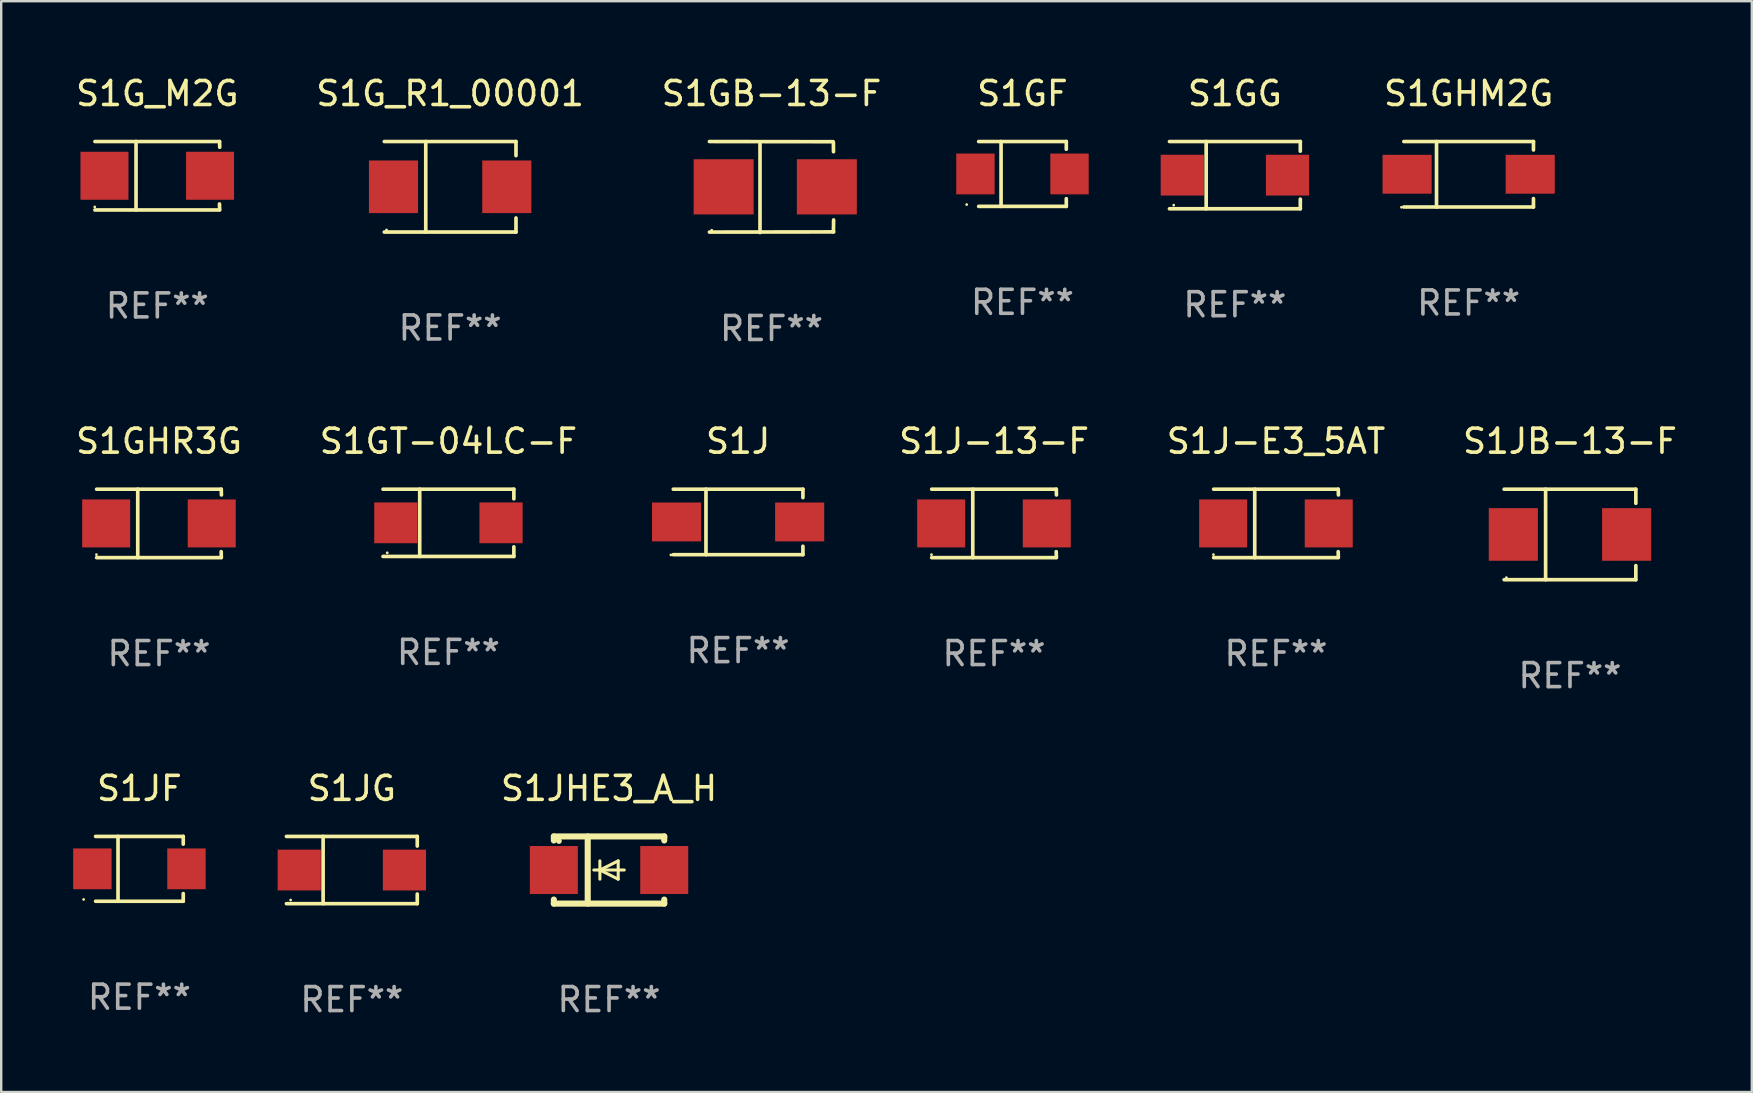
<source format=kicad_pcb>
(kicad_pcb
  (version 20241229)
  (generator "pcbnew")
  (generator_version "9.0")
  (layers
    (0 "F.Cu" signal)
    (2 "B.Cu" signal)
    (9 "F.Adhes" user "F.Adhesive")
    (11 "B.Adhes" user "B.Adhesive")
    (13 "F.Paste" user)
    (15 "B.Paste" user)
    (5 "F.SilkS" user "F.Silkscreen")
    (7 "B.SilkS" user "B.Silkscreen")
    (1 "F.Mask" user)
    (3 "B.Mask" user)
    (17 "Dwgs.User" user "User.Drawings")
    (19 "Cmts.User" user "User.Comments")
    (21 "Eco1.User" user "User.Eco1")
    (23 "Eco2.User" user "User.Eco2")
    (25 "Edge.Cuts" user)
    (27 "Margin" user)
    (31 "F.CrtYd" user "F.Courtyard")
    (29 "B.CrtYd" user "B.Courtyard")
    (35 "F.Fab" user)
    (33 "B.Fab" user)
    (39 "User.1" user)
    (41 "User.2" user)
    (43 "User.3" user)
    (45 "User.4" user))
  (footprint "S1J-E3_5AT"
    (layer "F.Cu")
    (at 50.124 18.762)
    (property "Reference" "S1J-E3_5AT" (at 0 -3.426 0) (layer "F.SilkS") (effects (font (size 1 1) (thickness 0.15))))
    (attr through_hole)
    (fp_line (start -2.6 -1.426) (end 2.593 -1.426) (stroke (width 0.152) (type solid)) (layer "F.SilkS"))
    (fp_line (start -2.6 1.426) (end 2.593 1.426) (stroke (width 0.152) (type solid)) (layer "F.SilkS"))
    (fp_line (start -0.887 -1.426) (end -0.887 1.426) (stroke (width 0.152) (type solid)) (layer "F.SilkS"))
    (fp_line (start 2.59 1.176) (end 2.597 1.415) (stroke (width 0.152) (type solid)) (layer "F.SilkS"))
    (fp_line (start 2.593 -1.426) (end 2.6 -1.187) (stroke (width 0.152) (type solid)) (layer "F.SilkS"))
    (fp_circle (center -2.608 1.3) (end -2.578 1.3) (stroke (width 0.06) (type solid)) (fill no) (layer "F.SilkS"))
    (fp_text user "REF**" (at 0 5.426 0) (layer "F.Fab") (effects (font (size 1 1) (thickness 0.15))))
    (pad "1" smd rect (at -2.203 0 180) (size 2 2) (layers "F.Cu" "F.Mask" "F.Paste"))
    (pad "2" smd rect (at 2.197 0 180) (size 2 2) (layers "F.Cu" "F.Mask" "F.Paste")))
  (footprint "S1GT-04LC-F"
    (layer "F.Cu")
    (at 15.637 18.737)
    (property "Reference" "S1GT-04LC-F" (at 0 -3.401 0) (layer "F.SilkS") (effects (font (size 1 1) (thickness 0.15))))
    (attr through_hole)
    (fp_line (start -2.726 -1.401) (end 2.726 -1.401) (stroke (width 0.152) (type solid)) (layer "F.SilkS"))
    (fp_line (start -2.726 1.401) (end 2.726 1.401) (stroke (width 0.152) (type solid)) (layer "F.SilkS"))
    (fp_line (start -1.197 -1.401) (end -1.197 1.401) (stroke (width 0.152) (type solid)) (layer "F.SilkS"))
    (fp_line (start 2.726 -1.401) (end 2.726 -1) (stroke (width 0.152) (type solid)) (layer "F.SilkS"))
    (fp_line (start 2.726 1.401) (end 2.726 1) (stroke (width 0.152) (type solid)) (layer "F.SilkS"))
    (fp_circle (center -2.55 1.25) (end -2.52 1.25) (stroke (width 0.06) (type solid)) (fill no) (layer "F.SilkS"))
    (fp_text user "REF**" (at 0 5.401 0) (layer "F.Fab") (effects (font (size 1 1) (thickness 0.15))))
    (pad "1" smd rect (at -2.192 0) (size 1.8 1.7) (layers "F.Cu" "F.Mask" "F.Paste"))
    (pad "2" smd rect (at 2.192 0) (size 1.8 1.7) (layers "F.Cu" "F.Mask" "F.Paste")))
  (footprint "S1J-13-F"
    (layer "F.Cu")
    (at 38.374 18.762)
    (property "Reference" "S1J-13-F" (at 0 -3.426 0) (layer "F.SilkS") (effects (font (size 1 1) (thickness 0.15))))
    (attr through_hole)
    (fp_line (start -2.6 -1.426) (end 2.593 -1.426) (stroke (width 0.152) (type solid)) (layer "F.SilkS"))
    (fp_line (start -2.6 1.426) (end 2.593 1.426) (stroke (width 0.152) (type solid)) (layer "F.SilkS"))
    (fp_line (start -0.887 -1.426) (end -0.887 1.426) (stroke (width 0.152) (type solid)) (layer "F.SilkS"))
    (fp_line (start 2.59 1.176) (end 2.597 1.415) (stroke (width 0.152) (type solid)) (layer "F.SilkS"))
    (fp_line (start 2.593 -1.426) (end 2.6 -1.187) (stroke (width 0.152) (type solid)) (layer "F.SilkS"))
    (fp_circle (center -2.608 1.3) (end -2.578 1.3) (stroke (width 0.06) (type solid)) (fill no) (layer "F.SilkS"))
    (fp_text user "REF**" (at 0 5.426 0) (layer "F.Fab") (effects (font (size 1 1) (thickness 0.15))))
    (pad "1" smd rect (at -2.203 0 180) (size 2 2) (layers "F.Cu" "F.Mask" "F.Paste"))
    (pad "2" smd rect (at 2.197 0 180) (size 2 2) (layers "F.Cu" "F.Mask" "F.Paste")))
  (footprint "S1JG"
    (layer "F.Cu")
    (at 11.612 33.206)
    (property "Reference" "S1JG" (at 0 -3.401 0) (layer "F.SilkS") (effects (font (size 1 1) (thickness 0.15))))
    (attr through_hole)
    (fp_line (start -2.726 -1.401) (end 2.726 -1.401) (stroke (width 0.152) (type solid)) (layer "F.SilkS"))
    (fp_line (start -2.726 1.401) (end 2.726 1.401) (stroke (width 0.152) (type solid)) (layer "F.SilkS"))
    (fp_line (start -1.197 -1.401) (end -1.197 1.401) (stroke (width 0.152) (type solid)) (layer "F.SilkS"))
    (fp_line (start 2.726 -1.401) (end 2.726 -1) (stroke (width 0.152) (type solid)) (layer "F.SilkS"))
    (fp_line (start 2.726 1.401) (end 2.726 1) (stroke (width 0.152) (type solid)) (layer "F.SilkS"))
    (fp_circle (center -2.55 1.25) (end -2.52 1.25) (stroke (width 0.06) (type solid)) (fill no) (layer "F.SilkS"))
    (fp_text user "REF**" (at 0 5.401 0) (layer "F.Fab") (effects (font (size 1 1) (thickness 0.15))))
    (pad "1" smd rect (at -2.192 0) (size 1.8 1.7) (layers "F.Cu" "F.Mask" "F.Paste"))
    (pad "2" smd rect (at 2.192 0) (size 1.8 1.7) (layers "F.Cu" "F.Mask" "F.Paste")))
  (footprint "S1GF"
    (layer "F.Cu")
    (at 39.558 4.199)
    (property "Reference" "S1GF" (at 0 -3.351 0) (layer "F.SilkS") (effects (font (size 1 1) (thickness 0.15))))
    (attr through_hole)
    (fp_line (start -1.826 -1.351) (end 1.826 -1.351) (stroke (width 0.152) (type solid)) (layer "F.SilkS"))
    (fp_line (start -1.826 1.351) (end 1.826 1.351) (stroke (width 0.152) (type solid)) (layer "F.SilkS"))
    (fp_line (start -0.892 -1.351) (end -0.892 1.351) (stroke (width 0.152) (type solid)) (layer "F.SilkS"))
    (fp_line (start 1.826 -1.351) (end 1.826 -1.03) (stroke (width 0.152) (type solid)) (layer "F.SilkS"))
    (fp_line (start 1.826 1.03) (end 1.826 1.351) (stroke (width 0.152) (type solid)) (layer "F.SilkS"))
    (fp_circle (center -2.325 1.275) (end -2.295 1.275) (stroke (width 0.06) (type solid)) (fill no) (layer "F.SilkS"))
    (fp_text user "REF**" (at 0 5.351 0) (layer "F.Fab") (effects (font (size 1 1) (thickness 0.15))))
    (pad "1" smd rect (at -1.96 0 180) (size 1.6 1.7) (layers "F.Cu" "F.Mask" "F.Paste"))
    (pad "2" smd rect (at 1.96 0 180) (size 1.6 1.7) (layers "F.Cu" "F.Mask" "F.Paste")))
  (footprint "S1GB-13-F"
    (layer "F.Cu")
    (at 29.101 4.744)
    (property "Reference" "S1GB-13-F" (at 0 -3.896 0) (layer "F.SilkS") (effects (font (size 1 1) (thickness 0.15))))
    (attr through_hole)
    (fp_line (start -2.588 -1.896) (end 2.568 -1.889) (stroke (width 0.152) (type solid)) (layer "F.SilkS"))
    (fp_line (start -2.588 1.877) (end 2.588 1.87) (stroke (width 0.152) (type solid)) (layer "F.SilkS"))
    (fp_line (start -0.48 1.896) (end -0.48 -1.871) (stroke (width 0.152) (type solid)) (layer "F.SilkS"))
    (fp_line (start 2.579 -1.849) (end 2.582 -1.472) (stroke (width 0.152) (type solid)) (layer "F.SilkS"))
    (fp_line (start 2.579 1.867) (end 2.587 1.372) (stroke (width 0.152) (type solid)) (layer "F.SilkS"))
    (fp_circle (center -2.492 1.801) (end -2.462 1.801) (stroke (width 0.06) (type solid)) (fill no) (layer "F.SilkS"))
    (fp_text user "REF**" (at 0 5.896 0) (layer "F.Fab") (effects (font (size 1 1) (thickness 0.15))))
    (pad "1" smd rect (at -1.995 -0.009) (size 2.5 2.3) (layers "F.Cu" "F.Mask" "F.Paste"))
    (pad "2" smd rect (at 2.305 -0.009) (size 2.5 2.3) (layers "F.Cu" "F.Mask" "F.Paste")))
  (footprint "S1JF"
    (layer "F.Cu")
    (at 2.76 33.156)
    (property "Reference" "S1JF" (at 0 -3.351 0) (layer "F.SilkS") (effects (font (size 1 1) (thickness 0.15))))
    (attr through_hole)
    (fp_line (start -1.826 -1.351) (end 1.826 -1.351) (stroke (width 0.152) (type solid)) (layer "F.SilkS"))
    (fp_line (start -1.826 1.351) (end 1.826 1.351) (stroke (width 0.152) (type solid)) (layer "F.SilkS"))
    (fp_line (start -0.892 -1.351) (end -0.892 1.351) (stroke (width 0.152) (type solid)) (layer "F.SilkS"))
    (fp_line (start 1.826 -1.351) (end 1.826 -1.03) (stroke (width 0.152) (type solid)) (layer "F.SilkS"))
    (fp_line (start 1.826 1.03) (end 1.826 1.351) (stroke (width 0.152) (type solid)) (layer "F.SilkS"))
    (fp_circle (center -2.325 1.275) (end -2.295 1.275) (stroke (width 0.06) (type solid)) (fill no) (layer "F.SilkS"))
    (fp_text user "REF**" (at 0 5.351 0) (layer "F.Fab") (effects (font (size 1 1) (thickness 0.15))))
    (pad "1" smd rect (at -1.96 0 180) (size 1.6 1.7) (layers "F.Cu" "F.Mask" "F.Paste"))
    (pad "2" smd rect (at 1.96 0 180) (size 1.6 1.7) (layers "F.Cu" "F.Mask" "F.Paste")))
  (footprint "S1JHE3_A_H"
    (layer "F.Cu")
    (at 22.33 33.205)
    (property "Reference" "S1JHE3_A_H" (at 0 -3.4 0) (layer "F.SilkS") (effects (font (size 1 1) (thickness 0.15))))
    (attr through_hole)
    (fp_line (start -2.3 -1.4) (end -2.3 -1.231) (stroke (width 0.254) (type solid)) (layer "F.SilkS"))
    (fp_line (start -2.3 -1.4) (end 2.3 -1.4) (stroke (width 0.254) (type solid)) (layer "F.SilkS"))
    (fp_line (start -2.3 1.231) (end -2.3 1.4) (stroke (width 0.254) (type solid)) (layer "F.SilkS"))
    (fp_line (start -2.3 1.4) (end 2.3 1.4) (stroke (width 0.254) (type solid)) (layer "F.SilkS"))
    (fp_line (start -0.889 1.4) (end -0.889 -1.4) (stroke (width 0.254) (type solid)) (layer "F.SilkS"))
    (fp_line (start -0.381 0) (end -0.381 -0.381) (stroke (width 0.127) (type solid)) (layer "F.SilkS"))
    (fp_line (start -0.381 0) (end -0.381 0.381) (stroke (width 0.127) (type solid)) (layer "F.SilkS"))
    (fp_line (start 0.381 -0.381) (end -0.381 0) (stroke (width 0.127) (type solid)) (layer "F.SilkS"))
    (fp_line (start 0.381 0) (end 0.381 -0.381) (stroke (width 0.127) (type solid)) (layer "F.SilkS"))
    (fp_line (start 0.381 0) (end 0.381 0.381) (stroke (width 0.127) (type solid)) (layer "F.SilkS"))
    (fp_line (start 0.381 0.381) (end -0.381 0) (stroke (width 0.127) (type solid)) (layer "F.SilkS"))
    (fp_line (start 0.635 0) (end -0.635 0) (stroke (width 0.127) (type solid)) (layer "F.SilkS"))
    (fp_line (start 2.3 -1.4) (end 2.3 -1.231) (stroke (width 0.254) (type solid)) (layer "F.SilkS"))
    (fp_line (start 2.3 1.231) (end 2.3 1.4) (stroke (width 0.254) (type solid)) (layer "F.SilkS"))
    (fp_circle (center -2.088 -1.208) (end -2.028 -1.208) (stroke (width 0.12) (type solid)) (fill no) (layer "F.SilkS"))
    (fp_text user "REF**" (at 0 5.4 0) (layer "F.Fab") (effects (font (size 1 1) (thickness 0.15))))
    (pad "1" smd rect (at -2.3 0 180) (size 2 2) (layers "F.Cu" "F.Mask" "F.Paste"))
    (pad "2" smd rect (at 2.3 0 180) (size 2 2) (layers "F.Cu" "F.Mask" "F.Paste")))
  (footprint "S1JB-13-F"
    (layer "F.Cu")
    (at 62.374 19.222)
    (property "Reference" "S1JB-13-F" (at 0 -3.886 0) (layer "F.SilkS") (effects (font (size 1 1) (thickness 0.15))))
    (attr through_hole)
    (fp_line (start -2.744 -1.886) (end 2.744 -1.886) (stroke (width 0.152) (type solid)) (layer "F.SilkS"))
    (fp_line (start -2.744 1.886) (end 2.744 1.886) (stroke (width 0.152) (type solid)) (layer "F.SilkS"))
    (fp_line (start -1.016 -1.886) (end -1.016 1.886) (stroke (width 0.152) (type solid)) (layer "F.SilkS"))
    (fp_line (start 2.744 -1.886) (end 2.744 -1.299) (stroke (width 0.152) (type solid)) (layer "F.SilkS"))
    (fp_line (start 2.744 1.886) (end 2.744 1.299) (stroke (width 0.152) (type solid)) (layer "F.SilkS"))
    (fp_circle (center -2.65 1.8) (end -2.62 1.8) (stroke (width 0.06) (type solid)) (fill no) (layer "F.SilkS"))
    (fp_text user "REF**" (at 0 5.886 0) (layer "F.Fab") (effects (font (size 1 1) (thickness 0.15))))
    (pad "1" smd rect (at -2.361 0) (size 2.047 2.192) (layers "F.Cu" "F.Mask" "F.Paste"))
    (pad "2" smd rect (at 2.361 0) (size 2.047 2.192) (layers "F.Cu" "F.Mask" "F.Paste")))
  (footprint "S1J"
    (layer "F.Cu")
    (at 27.708 18.7)
    (property "Reference" "S1J" (at 0 -3.364 0) (layer "F.SilkS") (effects (font (size 1 1) (thickness 0.15))))
    (attr through_hole)
    (fp_line (start -2.701 -1.364) (end 2.701 -1.364) (stroke (width 0.152) (type solid)) (layer "F.SilkS"))
    (fp_line (start -2.701 1.364) (end 2.701 1.364) (stroke (width 0.152) (type solid)) (layer "F.SilkS"))
    (fp_line (start -1.339 -1.364) (end -1.339 1.364) (stroke (width 0.152) (type solid)) (layer "F.SilkS"))
    (fp_line (start 2.701 -1.364) (end 2.701 -1.013) (stroke (width 0.152) (type solid)) (layer "F.SilkS"))
    (fp_line (start 2.701 1.364) (end 2.701 1.013) (stroke (width 0.152) (type solid)) (layer "F.SilkS"))
    (fp_circle (center -2.8 1.375) (end -2.77 1.375) (stroke (width 0.06) (type solid)) (fill no) (layer "F.SilkS"))
    (fp_text user "REF**" (at 0 5.364 0) (layer "F.Fab") (effects (font (size 1 1) (thickness 0.15))))
    (pad "1" smd rect (at -2.565 -0.000025) (size 2.046 1.62) (layers "F.Cu" "F.Mask" "F.Paste"))
    (pad "2" smd rect (at 2.565 -0.000025) (size 2.046 1.62) (layers "F.Cu" "F.Mask" "F.Paste")))
  (footprint "S1G_M2G"
    (layer "F.Cu")
    (at 3.506 4.274)
    (property "Reference" "S1G_M2G" (at 0 -3.426 0) (layer "F.SilkS") (effects (font (size 1 1) (thickness 0.15))))
    (attr through_hole)
    (fp_line (start -2.6 -1.426) (end 2.593 -1.426) (stroke (width 0.152) (type solid)) (layer "F.SilkS"))
    (fp_line (start -2.6 1.426) (end 2.593 1.426) (stroke (width 0.152) (type solid)) (layer "F.SilkS"))
    (fp_line (start -0.887 -1.426) (end -0.887 1.426) (stroke (width 0.152) (type solid)) (layer "F.SilkS"))
    (fp_line (start 2.59 1.176) (end 2.597 1.415) (stroke (width 0.152) (type solid)) (layer "F.SilkS"))
    (fp_line (start 2.593 -1.426) (end 2.6 -1.187) (stroke (width 0.152) (type solid)) (layer "F.SilkS"))
    (fp_circle (center -2.608 1.3) (end -2.578 1.3) (stroke (width 0.06) (type solid)) (fill no) (layer "F.SilkS"))
    (fp_text user "REF**" (at 0 5.426 0) (layer "F.Fab") (effects (font (size 1 1) (thickness 0.15))))
    (pad "1" smd rect (at -2.203 0 180) (size 2 2) (layers "F.Cu" "F.Mask" "F.Paste"))
    (pad "2" smd rect (at 2.197 0 180) (size 2 2) (layers "F.Cu" "F.Mask" "F.Paste")))
  (footprint "S1GHR3G"
    (layer "F.Cu")
    (at 3.577 18.762)
    (property "Reference" "S1GHR3G" (at 0 -3.426 0) (layer "F.SilkS") (effects (font (size 1 1) (thickness 0.15))))
    (attr through_hole)
    (fp_line (start -2.6 -1.426) (end 2.593 -1.426) (stroke (width 0.152) (type solid)) (layer "F.SilkS"))
    (fp_line (start -2.6 1.426) (end 2.593 1.426) (stroke (width 0.152) (type solid)) (layer "F.SilkS"))
    (fp_line (start -0.887 -1.426) (end -0.887 1.426) (stroke (width 0.152) (type solid)) (layer "F.SilkS"))
    (fp_line (start 2.59 1.176) (end 2.597 1.415) (stroke (width 0.152) (type solid)) (layer "F.SilkS"))
    (fp_line (start 2.593 -1.426) (end 2.6 -1.187) (stroke (width 0.152) (type solid)) (layer "F.SilkS"))
    (fp_circle (center -2.608 1.3) (end -2.578 1.3) (stroke (width 0.06) (type solid)) (fill no) (layer "F.SilkS"))
    (fp_text user "REF**" (at 0 5.426 0) (layer "F.Fab") (effects (font (size 1 1) (thickness 0.15))))
    (pad "1" smd rect (at -2.203 0 180) (size 2 2) (layers "F.Cu" "F.Mask" "F.Paste"))
    (pad "2" smd rect (at 2.197 0 180) (size 2 2) (layers "F.Cu" "F.Mask" "F.Paste")))
  (footprint "S1GG"
    (layer "F.Cu")
    (at 48.41 4.249)
    (property "Reference" "S1GG" (at 0 -3.401 0) (layer "F.SilkS") (effects (font (size 1 1) (thickness 0.15))))
    (attr through_hole)
    (fp_line (start -2.726 -1.401) (end 2.726 -1.401) (stroke (width 0.152) (type solid)) (layer "F.SilkS"))
    (fp_line (start -2.726 1.401) (end 2.726 1.401) (stroke (width 0.152) (type solid)) (layer "F.SilkS"))
    (fp_line (start -1.197 -1.401) (end -1.197 1.401) (stroke (width 0.152) (type solid)) (layer "F.SilkS"))
    (fp_line (start 2.726 -1.401) (end 2.726 -1) (stroke (width 0.152) (type solid)) (layer "F.SilkS"))
    (fp_line (start 2.726 1.401) (end 2.726 1) (stroke (width 0.152) (type solid)) (layer "F.SilkS"))
    (fp_circle (center -2.55 1.25) (end -2.52 1.25) (stroke (width 0.06) (type solid)) (fill no) (layer "F.SilkS"))
    (fp_text user "REF**" (at 0 5.401 0) (layer "F.Fab") (effects (font (size 1 1) (thickness 0.15))))
    (pad "1" smd rect (at -2.192 0) (size 1.8 1.7) (layers "F.Cu" "F.Mask" "F.Paste"))
    (pad "2" smd rect (at 2.192 0) (size 1.8 1.7) (layers "F.Cu" "F.Mask" "F.Paste")))
  (footprint "S1G_R1_00001"
    (layer "F.Cu")
    (at 15.708 4.734)
    (property "Reference" "S1G_R1_00001" (at 0 -3.886 0) (layer "F.SilkS") (effects (font (size 1 1) (thickness 0.15))))
    (attr through_hole)
    (fp_line (start -2.744 -1.886) (end 2.744 -1.886) (stroke (width 0.152) (type solid)) (layer "F.SilkS"))
    (fp_line (start -2.744 1.886) (end 2.744 1.886) (stroke (width 0.152) (type solid)) (layer "F.SilkS"))
    (fp_line (start -1.016 -1.886) (end -1.016 1.886) (stroke (width 0.152) (type solid)) (layer "F.SilkS"))
    (fp_line (start 2.744 -1.886) (end 2.744 -1.299) (stroke (width 0.152) (type solid)) (layer "F.SilkS"))
    (fp_line (start 2.744 1.886) (end 2.744 1.299) (stroke (width 0.152) (type solid)) (layer "F.SilkS"))
    (fp_circle (center -2.65 1.8) (end -2.62 1.8) (stroke (width 0.06) (type solid)) (fill no) (layer "F.SilkS"))
    (fp_text user "REF**" (at 0 5.886 0) (layer "F.Fab") (effects (font (size 1 1) (thickness 0.15))))
    (pad "1" smd rect (at -2.361 0) (size 2.047 2.192) (layers "F.Cu" "F.Mask" "F.Paste"))
    (pad "2" smd rect (at 2.361 0) (size 2.047 2.192) (layers "F.Cu" "F.Mask" "F.Paste")))
  (footprint "S1GHM2G"
    (layer "F.Cu")
    (at 58.151 4.212)
    (property "Reference" "S1GHM2G" (at 0 -3.364 0) (layer "F.SilkS") (effects (font (size 1 1) (thickness 0.15))))
    (attr through_hole)
    (fp_line (start -2.701 -1.364) (end 2.701 -1.364) (stroke (width 0.152) (type solid)) (layer "F.SilkS"))
    (fp_line (start -2.701 1.364) (end 2.701 1.364) (stroke (width 0.152) (type solid)) (layer "F.SilkS"))
    (fp_line (start -1.339 -1.364) (end -1.339 1.364) (stroke (width 0.152) (type solid)) (layer "F.SilkS"))
    (fp_line (start 2.701 -1.364) (end 2.701 -1.013) (stroke (width 0.152) (type solid)) (layer "F.SilkS"))
    (fp_line (start 2.701 1.364) (end 2.701 1.013) (stroke (width 0.152) (type solid)) (layer "F.SilkS"))
    (fp_circle (center -2.8 1.375) (end -2.77 1.375) (stroke (width 0.06) (type solid)) (fill no) (layer "F.SilkS"))
    (fp_text user "REF**" (at 0 5.364 0) (layer "F.Fab") (effects (font (size 1 1) (thickness 0.15))))
    (pad "1" smd rect (at -2.565 -0.000025) (size 2.046 1.62) (layers "F.Cu" "F.Mask" "F.Paste"))
    (pad "2" smd rect (at 2.565 -0.000025) (size 2.046 1.62) (layers "F.Cu" "F.Mask" "F.Paste")))
  (gr_rect
    (start -3 -3)
    (end 69.951 42.456)
    (stroke (width 0.1) (type default))
    (fill no)
    (layer "Edge.Cuts")))
</source>
